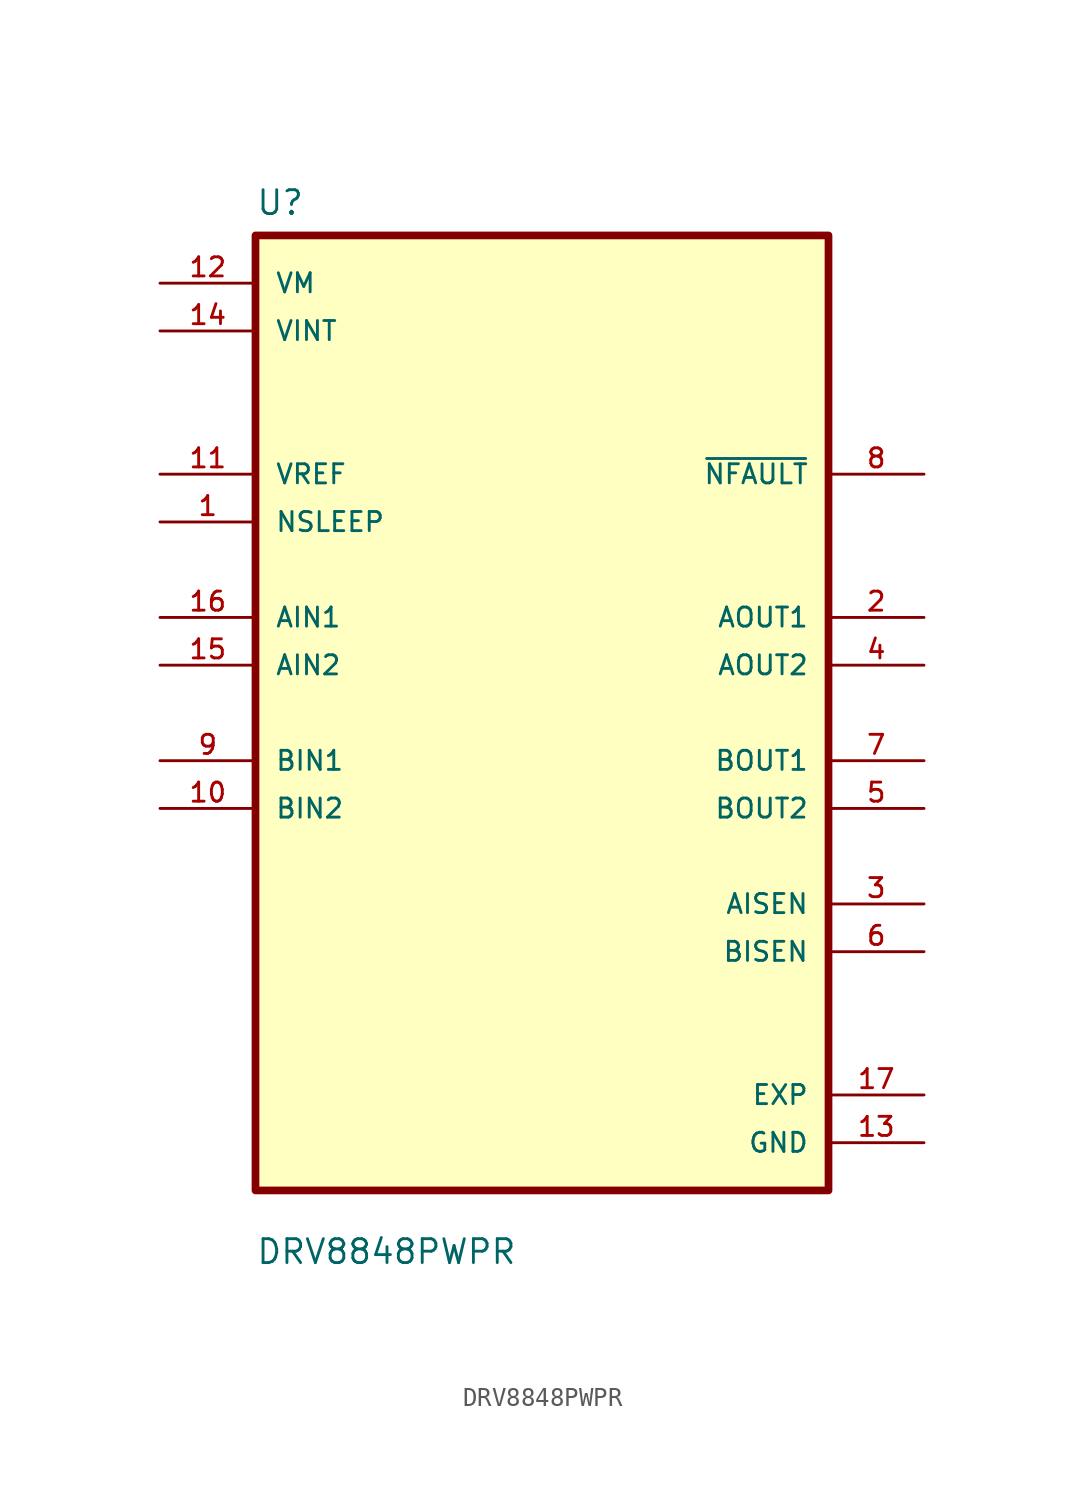
<source format=kicad_sym>
(kicad_symbol_lib
  (version 20211014)
  (generator kicad_symbol_editor)
  (symbol "DRV8848PWPR"
    (pin_names
      (offset 1.016))
    (property "Reference" "U"
      (at -15.24 26.4 0.0)
      (effects (font (size 1.27 1.27)) (justify bottom left)))
    (property "Value" "DRV8848PWPR"
      (at -15.24 -29.4 0.0)
      (effects (font (size 1.27 1.27)) (justify bottom left)))
    (symbol "DRV8848PWPR_0_0"
      (rectangle (start -15.24 -25.4) (end 15.24 25.4) (stroke (width 0.41)) (fill (type background)))
      (pin output line (at 20.32 -10.16 180.0) (length 5.08) (name "AISEN" (effects (font (size 1.016 1.016)))) (number "3" (effects (font (size 1.016 1.016)))))
      (pin output line (at 20.32 -12.7 180.0) (length 5.08) (name "BISEN" (effects (font (size 1.016 1.016)))) (number "6" (effects (font (size 1.016 1.016)))))
      (pin output line (at 20.32 5.08 180.0) (length 5.08) (name "AOUT1" (effects (font (size 1.016 1.016)))) (number "2" (effects (font (size 1.016 1.016)))))
      (pin output line (at 20.32 2.54 180.0) (length 5.08) (name "AOUT2" (effects (font (size 1.016 1.016)))) (number "4" (effects (font (size 1.016 1.016)))))
      (pin output line (at 20.32 -2.54 180.0) (length 5.08) (name "BOUT1" (effects (font (size 1.016 1.016)))) (number "7" (effects (font (size 1.016 1.016)))))
      (pin output line (at 20.32 -5.08 180.0) (length 5.08) (name "BOUT2" (effects (font (size 1.016 1.016)))) (number "5" (effects (font (size 1.016 1.016)))))
      (pin input line (at -20.32 10.16 0) (length 5.08) (name "NSLEEP" (effects (font (size 1.016 1.016)))) (number "1" (effects (font (size 1.016 1.016)))))
      (pin power_in line (at -20.32 20.32 0) (length 5.08) (name "VINT" (effects (font (size 1.016 1.016)))) (number "14" (effects (font (size 1.016 1.016)))))
      (pin power_in line (at -20.32 22.86 0) (length 5.08) (name "VM" (effects (font (size 1.016 1.016)))) (number "12" (effects (font (size 1.016 1.016)))))
      (pin input line (at -20.32 12.7 0) (length 5.08) (name "VREF" (effects (font (size 1.016 1.016)))) (number "11" (effects (font (size 1.016 1.016)))))
      (pin input line (at -20.32 5.08 0) (length 5.08) (name "AIN1" (effects (font (size 1.016 1.016)))) (number "16" (effects (font (size 1.016 1.016)))))
      (pin input line (at -20.32 2.54 0) (length 5.08) (name "AIN2" (effects (font (size 1.016 1.016)))) (number "15" (effects (font (size 1.016 1.016)))))
      (pin input line (at -20.32 -2.54 0) (length 5.08) (name "BIN1" (effects (font (size 1.016 1.016)))) (number "9" (effects (font (size 1.016 1.016)))))
      (pin input line (at -20.32 -5.08 0) (length 5.08) (name "BIN2" (effects (font (size 1.016 1.016)))) (number "10" (effects (font (size 1.016 1.016)))))
      (pin output line (at 20.32 12.7 180.0) (length 5.08) (name "~{NFAULT}" (effects (font (size 1.016 1.016)))) (number "8" (effects (font (size 1.016 1.016)))))
      (pin passive line (at 20.32 -20.32 180.0) (length 5.08) (name "EXP" (effects (font (size 1.016 1.016)))) (number "17" (effects (font (size 1.016 1.016)))))
      (pin power_in line (at 20.32 -22.86 180.0) (length 5.08) (name "GND" (effects (font (size 1.016 1.016)))) (number "13" (effects (font (size 1.016 1.016))))))))
</source>
